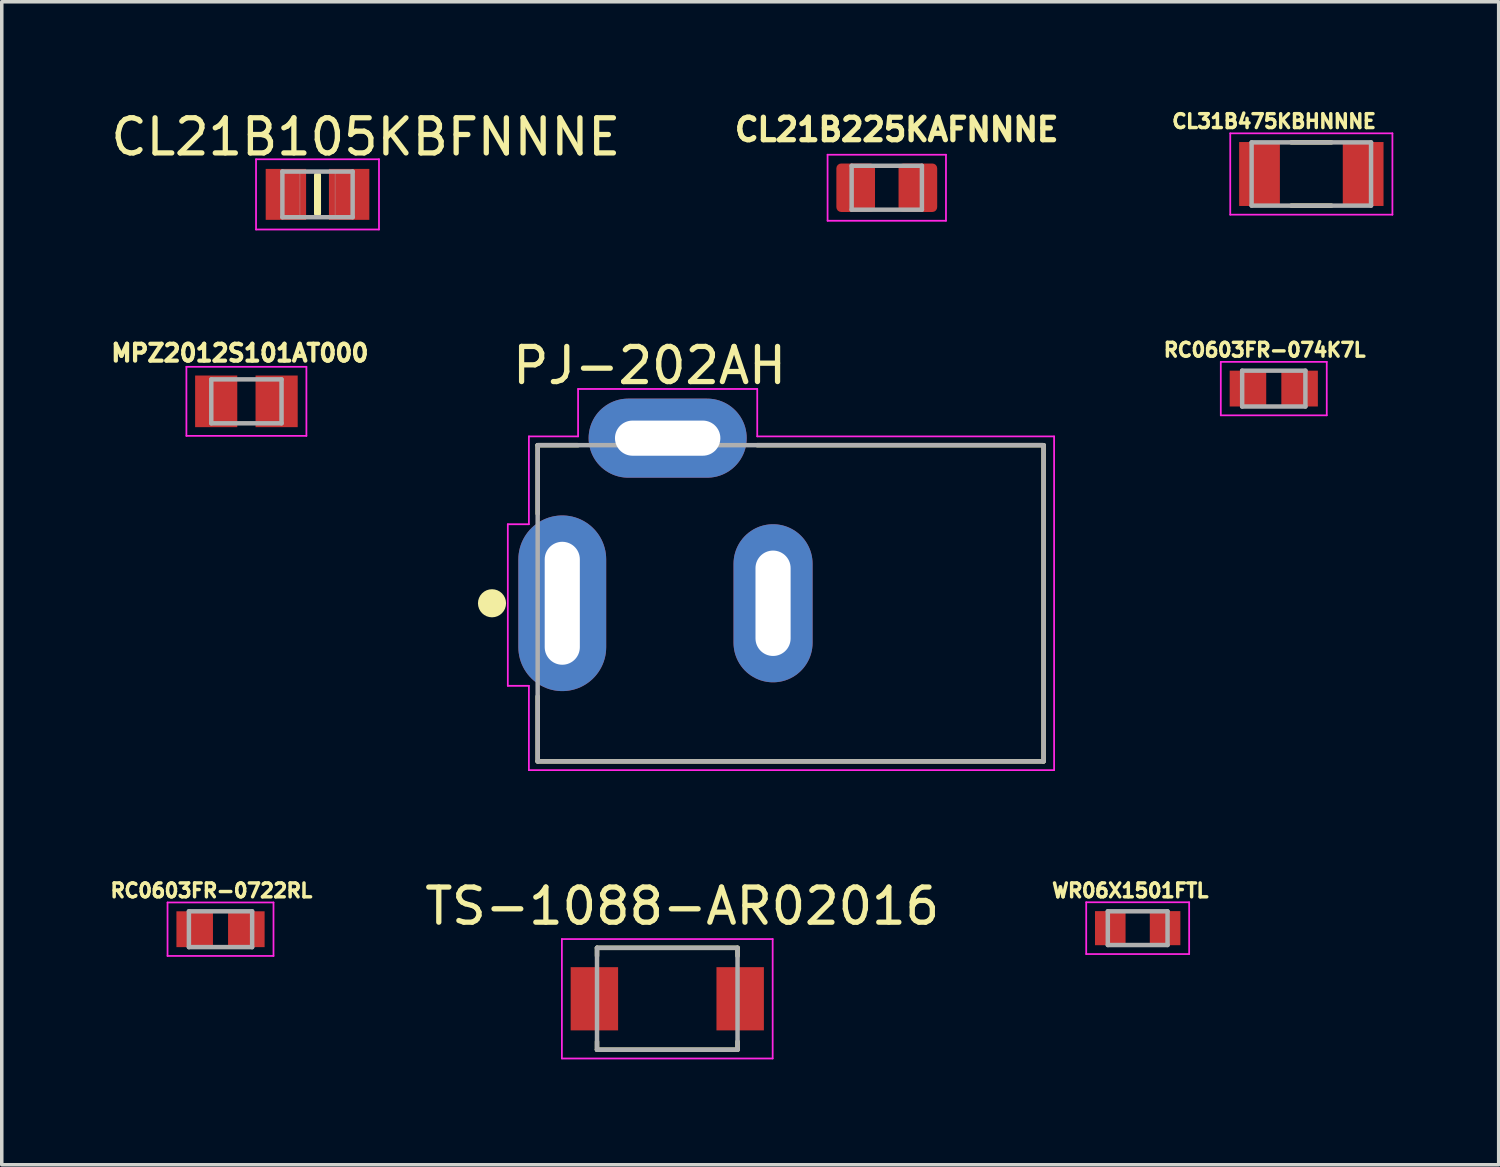
<source format=kicad_pcb>
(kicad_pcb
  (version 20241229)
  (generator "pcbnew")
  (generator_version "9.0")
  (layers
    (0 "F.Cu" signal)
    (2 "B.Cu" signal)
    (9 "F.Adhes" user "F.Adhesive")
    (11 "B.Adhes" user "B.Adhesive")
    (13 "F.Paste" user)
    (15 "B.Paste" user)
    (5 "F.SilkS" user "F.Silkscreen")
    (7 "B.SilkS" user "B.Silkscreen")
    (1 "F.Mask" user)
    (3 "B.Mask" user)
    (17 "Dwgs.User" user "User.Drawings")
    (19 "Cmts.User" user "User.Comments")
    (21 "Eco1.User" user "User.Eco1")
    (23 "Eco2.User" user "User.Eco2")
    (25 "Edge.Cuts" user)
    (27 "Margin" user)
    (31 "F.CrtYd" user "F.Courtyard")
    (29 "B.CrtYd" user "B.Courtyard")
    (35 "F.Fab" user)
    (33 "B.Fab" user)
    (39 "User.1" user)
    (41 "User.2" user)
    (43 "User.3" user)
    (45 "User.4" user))
  (footprint "CL21B105KBFNNNE"
    (layer "F.Cu")
    (at 5.988 2.483)
    (property "Reference" "CL21B105KBFNNNE" (at 1.375 -1.635 0) (layer "F.SilkS") (effects (font (size 1 1) (thickness 0.15))))
    (attr smd)
    (fp_line (start 0 -0.55) (end 0 0.55) (stroke (width 0.2) (type solid)) (layer "F.SilkS"))
    (fp_line (start -1.75 -1) (end 1.75 -1) (stroke (width 0.05) (type solid)) (layer "F.CrtYd"))
    (fp_line (start -1.75 1) (end -1.75 -1) (stroke (width 0.05) (type solid)) (layer "F.CrtYd"))
    (fp_line (start 1.75 -1) (end 1.75 1) (stroke (width 0.05) (type solid)) (layer "F.CrtYd"))
    (fp_line (start 1.75 1) (end -1.75 1) (stroke (width 0.05) (type solid)) (layer "F.CrtYd"))
    (fp_line (start -1 -0.65) (end 1 -0.65) (stroke (width 0.127) (type solid)) (layer "F.Fab"))
    (fp_line (start -1 0.65) (end -1 -0.65) (stroke (width 0.127) (type solid)) (layer "F.Fab"))
    (fp_line (start 1 -0.65) (end 1 0.65) (stroke (width 0.127) (type solid)) (layer "F.Fab"))
    (fp_line (start 1 0.65) (end -1 0.65) (stroke (width 0.127) (type solid)) (layer "F.Fab"))
    (fp_poly (pts (xy -1 -0.65) (xy -0.5 -0.65) (xy -0.5 0.65) (xy -1 0.65)) (stroke (width 0.01) (type solid)) (fill no) (layer "F.Fab"))
    (fp_poly (pts (xy 0.5 -0.65) (xy 1 -0.65) (xy 1 0.65) (xy 0.5 0.65)) (stroke (width 0.01) (type solid)) (fill no) (layer "F.Fab"))
    (pad "1" smd rect (at -0.9 0) (size 1.15 1.45) (layers "F.Cu" "F.Mask" "F.Paste"))
    (pad "2" smd rect (at 0.9 0) (size 1.15 1.45) (layers "F.Cu" "F.Mask" "F.Paste")))
  (footprint "RC0603FR-074K7L"
    (layer "F.Cu")
    (at 33.208 8.011)
    (property "Reference" "RC0603FR-074K7L" (at -0.26 -1.1 0) (layer "F.SilkS") (effects (font (size 0.394 0.394) (thickness 0.15))))
    (attr smd)
    (fp_line (start -1.508 -0.761) (end 1.508 -0.761) (stroke (width 0.05) (type solid)) (layer "F.CrtYd"))
    (fp_line (start -1.508 0.761) (end -1.508 -0.761) (stroke (width 0.05) (type solid)) (layer "F.CrtYd"))
    (fp_line (start -1.508 0.761) (end 1.508 0.761) (stroke (width 0.05) (type solid)) (layer "F.CrtYd"))
    (fp_line (start 1.508 0.761) (end 1.508 -0.761) (stroke (width 0.05) (type solid)) (layer "F.CrtYd"))
    (fp_line (start -0.9 0.51) (end -0.9 -0.51) (stroke (width 0.127) (type solid)) (layer "F.Fab"))
    (fp_line (start 0.9 -0.51) (end -0.9 -0.51) (stroke (width 0.127) (type solid)) (layer "F.Fab"))
    (fp_line (start 0.9 0.51) (end -0.9 0.51) (stroke (width 0.127) (type solid)) (layer "F.Fab"))
    (fp_line (start 0.9 0.51) (end 0.9 -0.51) (stroke (width 0.127) (type solid)) (layer "F.Fab"))
    (pad "1" smd rect (at -0.735 0) (size 1.04 1.02) (layers "F.Cu" "F.Mask" "F.Paste"))
    (pad "2" smd rect (at 0.735 0) (size 1.04 1.02) (layers "F.Cu" "F.Mask" "F.Paste")))
  (footprint "MPZ2012S101AT000"
    (layer "F.Cu")
    (at 3.964 8.374)
    (property "Reference" "MPZ2012S101AT000" (at -0.186 -1.375 0) (layer "F.SilkS") (effects (font (size 0.48 0.48) (thickness 0.15))))
    (attr smd)
    (fp_line (start -1.708 -0.983) (end 1.708 -0.983) (stroke (width 0.05) (type solid)) (layer "F.CrtYd"))
    (fp_line (start -1.708 0.983) (end -1.708 -0.983) (stroke (width 0.05) (type solid)) (layer "F.CrtYd"))
    (fp_line (start -1.708 0.983) (end 1.708 0.983) (stroke (width 0.05) (type solid)) (layer "F.CrtYd"))
    (fp_line (start 1.708 0.983) (end 1.708 -0.983) (stroke (width 0.05) (type solid)) (layer "F.CrtYd"))
    (fp_line (start -1 0.625) (end -1 -0.625) (stroke (width 0.127) (type solid)) (layer "F.Fab"))
    (fp_line (start 1 -0.625) (end -1 -0.625) (stroke (width 0.127) (type solid)) (layer "F.Fab"))
    (fp_line (start 1 0.625) (end -1 0.625) (stroke (width 0.127) (type solid)) (layer "F.Fab"))
    (fp_line (start 1 0.625) (end 1 -0.625) (stroke (width 0.127) (type solid)) (layer "F.Fab"))
    (pad "1" smd rect (at -0.86 0) (size 1.2 1.47) (layers "F.Cu" "F.Mask" "F.Paste"))
    (pad "2" smd rect (at 0.86 0) (size 1.2 1.47) (layers "F.Cu" "F.Mask" "F.Paste")))
  (footprint "WR06X1501FTL"
    (layer "F.Cu")
    (at 29.334 23.37)
    (property "Reference" "WR06X1501FTL" (at -0.21 -1.07 0) (layer "F.SilkS") (effects (font (size 0.394 0.394) (thickness 0.15))))
    (attr smd)
    (fp_line (start -1.465 -0.737) (end 1.465 -0.737) (stroke (width 0.05) (type solid)) (layer "F.CrtYd"))
    (fp_line (start -1.465 0.737) (end -1.465 -0.737) (stroke (width 0.05) (type solid)) (layer "F.CrtYd"))
    (fp_line (start -1.465 0.737) (end 1.465 0.737) (stroke (width 0.05) (type solid)) (layer "F.CrtYd"))
    (fp_line (start 1.465 0.737) (end 1.465 -0.737) (stroke (width 0.05) (type solid)) (layer "F.CrtYd"))
    (fp_line (start -0.85 0.48) (end -0.85 -0.48) (stroke (width 0.127) (type solid)) (layer "F.Fab"))
    (fp_line (start 0.85 -0.48) (end -0.85 -0.48) (stroke (width 0.127) (type solid)) (layer "F.Fab"))
    (fp_line (start 0.85 0.48) (end -0.85 0.48) (stroke (width 0.127) (type solid)) (layer "F.Fab"))
    (fp_line (start 0.85 0.48) (end 0.85 -0.48) (stroke (width 0.127) (type solid)) (layer "F.Fab"))
    (pad "1" smd rect (at -0.78 0) (size 0.87 0.97) (layers "F.Cu" "F.Mask" "F.Paste"))
    (pad "2" smd rect (at 0.78 0) (size 0.87 0.97) (layers "F.Cu" "F.Mask" "F.Paste")))
  (footprint "CL21B225KAFNNNE"
    (layer "F.Cu")
    (at 22.192 2.294)
    (property "Reference" "CL21B225KAFNNNE" (at 0.282 -1.656 0) (layer "F.SilkS") (effects (font (size 0.64 0.64) (thickness 0.15))))
    (attr smd)
    (fp_line (start -1.685 -0.94) (end 1.685 -0.94) (stroke (width 0.05) (type solid)) (layer "F.CrtYd"))
    (fp_line (start -1.685 0.94) (end -1.685 -0.94) (stroke (width 0.05) (type solid)) (layer "F.CrtYd"))
    (fp_line (start 1.685 -0.94) (end 1.685 0.94) (stroke (width 0.05) (type solid)) (layer "F.CrtYd"))
    (fp_line (start 1.685 0.94) (end -1.685 0.94) (stroke (width 0.05) (type solid)) (layer "F.CrtYd"))
    (fp_line (start -1 -0.625) (end 1 -0.625) (stroke (width 0.127) (type solid)) (layer "F.Fab"))
    (fp_line (start -1 0.625) (end -1 -0.625) (stroke (width 0.127) (type solid)) (layer "F.Fab"))
    (fp_line (start 1 -0.625) (end 1 0.625) (stroke (width 0.127) (type solid)) (layer "F.Fab"))
    (fp_line (start 1 0.625) (end -1 0.625) (stroke (width 0.127) (type solid)) (layer "F.Fab"))
    (pad "1" smd roundrect (at -0.885 0) (size 1.1 1.38) (layers "F.Cu" "F.Mask" "F.Paste") (roundrect_rratio 0.125))
    (pad "2" smd roundrect (at 0.885 0) (size 1.1 1.38) (layers "F.Cu" "F.Mask" "F.Paste") (roundrect_rratio 0.125)))
  (footprint "CL31B475KBHNNNE"
    (layer "F.Cu")
    (at 34.277 1.903)
    (property "Reference" "CL31B475KBHNNNE" (at -1.06 -1.5 0) (layer "F.SilkS") (effects (font (size 0.394 0.394) (thickness 0.15))))
    (attr smd)
    (fp_line (start -0.57 -0.9) (end 0.57 -0.9) (stroke (width 0.127) (type solid)) (layer "F.SilkS"))
    (fp_line (start -0.57 0.9) (end 0.57 0.9) (stroke (width 0.127) (type solid)) (layer "F.SilkS"))
    (fp_line (start -2.308 -1.158) (end 2.308 -1.158) (stroke (width 0.05) (type solid)) (layer "F.CrtYd"))
    (fp_line (start -2.308 1.158) (end -2.308 -1.158) (stroke (width 0.05) (type solid)) (layer "F.CrtYd"))
    (fp_line (start -2.308 1.158) (end 2.308 1.158) (stroke (width 0.05) (type solid)) (layer "F.CrtYd"))
    (fp_line (start 2.308 1.158) (end 2.308 -1.158) (stroke (width 0.05) (type solid)) (layer "F.CrtYd"))
    (fp_line (start -1.7 0.9) (end -1.7 -0.9) (stroke (width 0.127) (type solid)) (layer "F.Fab"))
    (fp_line (start 1.7 -0.9) (end -1.7 -0.9) (stroke (width 0.127) (type solid)) (layer "F.Fab"))
    (fp_line (start 1.7 0.9) (end -1.7 0.9) (stroke (width 0.127) (type solid)) (layer "F.Fab"))
    (fp_line (start 1.7 0.9) (end 1.7 -0.9) (stroke (width 0.127) (type solid)) (layer "F.Fab"))
    (pad "1" smd rect (at -1.475 0) (size 1.16 1.82) (layers "F.Cu" "F.Mask" "F.Paste"))
    (pad "2" smd rect (at 1.475 0) (size 1.16 1.82) (layers "F.Cu" "F.Mask" "F.Paste")))
  (footprint "PJ-202AH"
    (layer "F.Cu")
    (at 19.455 14.122)
    (property "Reference" "PJ-202AH" (at -4.015 -6.766 0) (layer "F.SilkS") (effects (font (size 1 1) (thickness 0.15))))
    (attr through_hole)
    (fp_line (start -7.2 -4.5) (end -6.05 -4.5) (stroke (width 0.127) (type solid)) (layer "F.SilkS"))
    (fp_line (start -7.2 -2.55) (end -7.2 -4.5) (stroke (width 0.127) (type solid)) (layer "F.SilkS"))
    (fp_line (start -7.2 4.5) (end -7.2 2.65) (stroke (width 0.127) (type solid)) (layer "F.SilkS"))
    (fp_line (start -0.95 -4.5) (end 7.2 -4.5) (stroke (width 0.127) (type solid)) (layer "F.SilkS"))
    (fp_line (start 7.2 -4.5) (end 7.2 4.5) (stroke (width 0.127) (type solid)) (layer "F.SilkS"))
    (fp_line (start 7.2 4.5) (end -7.2 4.5) (stroke (width 0.127) (type solid)) (layer "F.SilkS"))
    (fp_circle (center -8.5 0) (end -8.3 0) (stroke (width 0.4) (type solid)) (fill no) (layer "F.SilkS"))
    (fp_line (start -8.05 -2.25) (end -8.05 2.35) (stroke (width 0.05) (type solid)) (layer "F.CrtYd"))
    (fp_line (start -8.05 2.35) (end -7.45 2.35) (stroke (width 0.05) (type solid)) (layer "F.CrtYd"))
    (fp_line (start -7.45 -4.75) (end -6.05 -4.75) (stroke (width 0.05) (type solid)) (layer "F.CrtYd"))
    (fp_line (start -7.45 -2.25) (end -8.05 -2.25) (stroke (width 0.05) (type solid)) (layer "F.CrtYd"))
    (fp_line (start -7.45 -2.25) (end -7.45 -4.75) (stroke (width 0.05) (type solid)) (layer "F.CrtYd"))
    (fp_line (start -7.45 4.75) (end -7.45 2.35) (stroke (width 0.05) (type solid)) (layer "F.CrtYd"))
    (fp_line (start -6.05 -6.1) (end -0.95 -6.1) (stroke (width 0.05) (type solid)) (layer "F.CrtYd"))
    (fp_line (start -6.05 -4.75) (end -6.05 -6.1) (stroke (width 0.05) (type solid)) (layer "F.CrtYd"))
    (fp_line (start -0.95 -6.1) (end -0.95 -4.75) (stroke (width 0.05) (type solid)) (layer "F.CrtYd"))
    (fp_line (start -0.95 -4.75) (end 7.5 -4.75) (stroke (width 0.05) (type solid)) (layer "F.CrtYd"))
    (fp_line (start 7.5 -4.75) (end 7.5 4.75) (stroke (width 0.05) (type solid)) (layer "F.CrtYd"))
    (fp_line (start 7.5 4.75) (end -7.45 4.75) (stroke (width 0.05) (type solid)) (layer "F.CrtYd"))
    (fp_line (start -7.2 -4.5) (end 7.2 -4.5) (stroke (width 0.127) (type solid)) (layer "F.Fab"))
    (fp_line (start -7.2 4.5) (end -7.2 -4.5) (stroke (width 0.127) (type solid)) (layer "F.Fab"))
    (fp_line (start 7.2 -4.5) (end 7.2 4.5) (stroke (width 0.127) (type solid)) (layer "F.Fab"))
    (fp_line (start 7.2 4.5) (end -7.2 4.5) (stroke (width 0.127) (type solid)) (layer "F.Fab"))
    (pad "1" thru_hole oval (at -6.5 0) (size 2.5 5) (drill oval 1 3.5) (layers "*.Cu" "*.Mask"))
    (pad "2" thru_hole oval (at -0.5 0) (size 2.25 4.5) (drill oval 1 3) (layers "*.Cu" "*.Mask"))
    (pad "3" thru_hole oval (at -3.5 -4.7) (size 4.5 2.25) (drill oval 3 1) (layers "*.Cu" "*.Mask")))
  (footprint "TS-1088-AR02016"
    (layer "F.Cu")
    (at 15.944 25.38)
    (property "Reference" "TS-1088-AR02016" (at 0.425 -2.635 0) (layer "F.SilkS") (effects (font (size 1 1) (thickness 0.15))))
    (attr smd)
    (fp_line (start -2 -1.45) (end 2 -1.45) (stroke (width 0.127) (type solid)) (layer "F.SilkS"))
    (fp_line (start -2 -1.22) (end -2 -1.45) (stroke (width 0.127) (type solid)) (layer "F.SilkS"))
    (fp_line (start -2 1.45) (end -2 1.22) (stroke (width 0.127) (type solid)) (layer "F.SilkS"))
    (fp_line (start 2 -1.45) (end 2 -1.22) (stroke (width 0.127) (type solid)) (layer "F.SilkS"))
    (fp_line (start 2 1.45) (end -2 1.45) (stroke (width 0.127) (type solid)) (layer "F.SilkS"))
    (fp_line (start 2 1.45) (end 2 1.22) (stroke (width 0.127) (type solid)) (layer "F.SilkS"))
    (fp_line (start -3 -1.7) (end -3 1.7) (stroke (width 0.05) (type solid)) (layer "F.CrtYd"))
    (fp_line (start -3 1.7) (end 3 1.7) (stroke (width 0.05) (type solid)) (layer "F.CrtYd"))
    (fp_line (start 3 -1.7) (end -3 -1.7) (stroke (width 0.05) (type solid)) (layer "F.CrtYd"))
    (fp_line (start 3 1.7) (end 3 -1.7) (stroke (width 0.05) (type solid)) (layer "F.CrtYd"))
    (fp_line (start -2 -1.45) (end 2 -1.45) (stroke (width 0.127) (type solid)) (layer "F.Fab"))
    (fp_line (start -2 1.45) (end -2 -1.45) (stroke (width 0.127) (type solid)) (layer "F.Fab"))
    (fp_line (start 2 -1.45) (end 2 1.45) (stroke (width 0.127) (type solid)) (layer "F.Fab"))
    (fp_line (start 2 1.45) (end -2 1.45) (stroke (width 0.127) (type solid)) (layer "F.Fab"))
    (pad "1" smd rect (at -2.075 0) (size 1.35 1.8) (layers "F.Cu" "F.Mask" "F.Paste"))
    (pad "2" smd rect (at 2.075 0) (size 1.35 1.8) (layers "F.Cu" "F.Mask" "F.Paste")))
  (footprint "RC0603FR-0722RL"
    (layer "F.Cu")
    (at 3.227 23.4)
    (property "Reference" "RC0603FR-0722RL" (at -0.26 -1.1 0) (layer "F.SilkS") (effects (font (size 0.394 0.394) (thickness 0.15))))
    (attr smd)
    (fp_line (start -1.508 -0.761) (end 1.508 -0.761) (stroke (width 0.05) (type solid)) (layer "F.CrtYd"))
    (fp_line (start -1.508 0.761) (end -1.508 -0.761) (stroke (width 0.05) (type solid)) (layer "F.CrtYd"))
    (fp_line (start -1.508 0.761) (end 1.508 0.761) (stroke (width 0.05) (type solid)) (layer "F.CrtYd"))
    (fp_line (start 1.508 0.761) (end 1.508 -0.761) (stroke (width 0.05) (type solid)) (layer "F.CrtYd"))
    (fp_line (start -0.9 0.51) (end -0.9 -0.51) (stroke (width 0.127) (type solid)) (layer "F.Fab"))
    (fp_line (start 0.9 -0.51) (end -0.9 -0.51) (stroke (width 0.127) (type solid)) (layer "F.Fab"))
    (fp_line (start 0.9 0.51) (end -0.9 0.51) (stroke (width 0.127) (type solid)) (layer "F.Fab"))
    (fp_line (start 0.9 0.51) (end 0.9 -0.51) (stroke (width 0.127) (type solid)) (layer "F.Fab"))
    (pad "1" smd rect (at -0.735 0) (size 1.04 1.02) (layers "F.Cu" "F.Mask" "F.Paste"))
    (pad "2" smd rect (at 0.735 0) (size 1.04 1.02) (layers "F.Cu" "F.Mask" "F.Paste")))
  (gr_rect
    (start -3 -3)
    (end 39.61 30.105)
    (stroke (width 0.1) (type default))
    (fill no)
    (layer "Edge.Cuts")))
</source>
